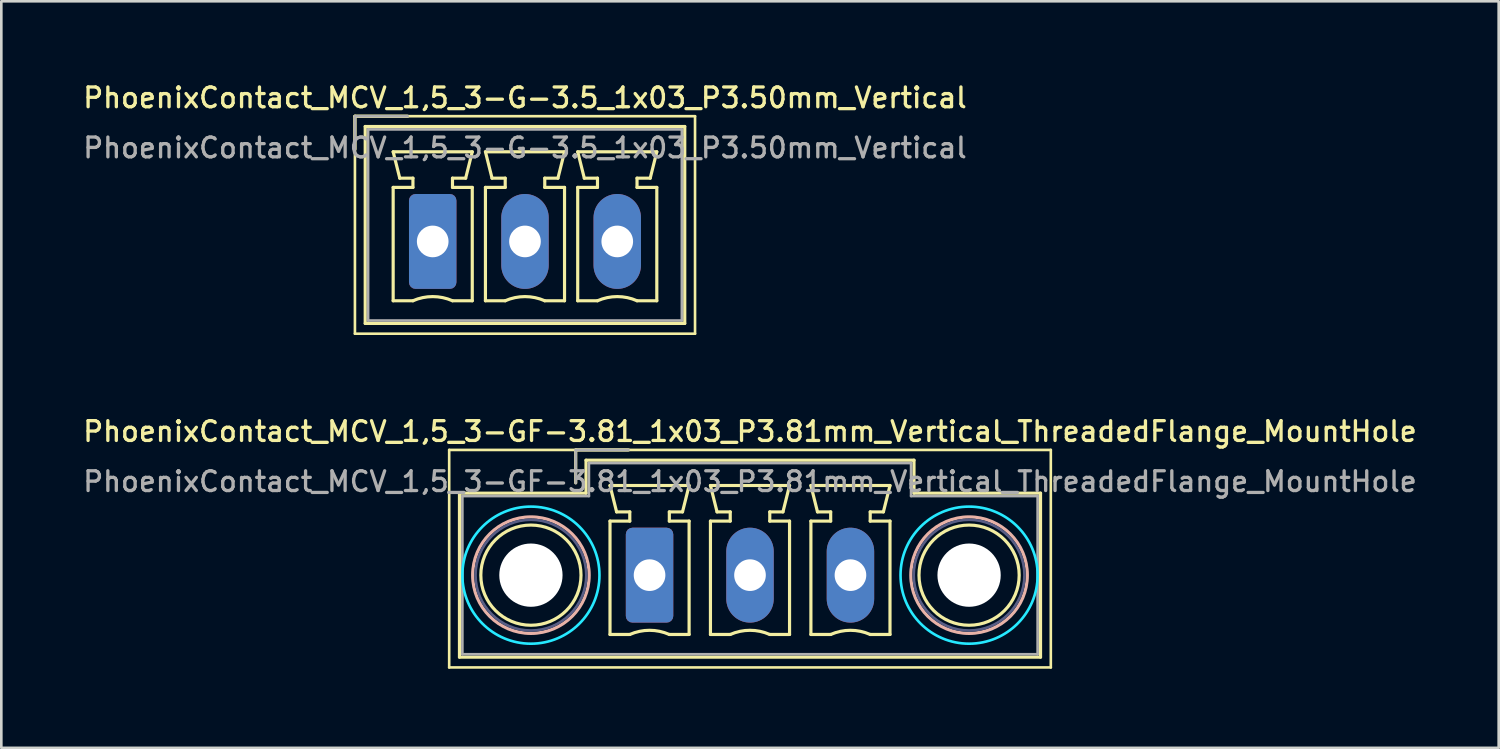
<source format=kicad_pcb>
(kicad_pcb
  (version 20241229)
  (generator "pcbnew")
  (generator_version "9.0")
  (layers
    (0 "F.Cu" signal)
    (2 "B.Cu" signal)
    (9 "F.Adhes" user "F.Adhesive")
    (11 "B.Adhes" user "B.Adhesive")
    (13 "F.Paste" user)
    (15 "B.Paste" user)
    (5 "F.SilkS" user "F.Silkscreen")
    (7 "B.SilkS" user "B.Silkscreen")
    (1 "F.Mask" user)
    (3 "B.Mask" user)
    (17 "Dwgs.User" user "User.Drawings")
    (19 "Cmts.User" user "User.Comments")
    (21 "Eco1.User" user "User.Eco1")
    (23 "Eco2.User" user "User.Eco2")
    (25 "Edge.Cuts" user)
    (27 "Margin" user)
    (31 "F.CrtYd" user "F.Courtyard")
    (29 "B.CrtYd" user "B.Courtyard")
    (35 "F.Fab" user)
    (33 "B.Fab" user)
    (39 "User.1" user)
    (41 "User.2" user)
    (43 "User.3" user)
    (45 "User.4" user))
  (footprint "PhoenixContact_MCV_1,5_3-G-3.5_1x03_P3.50mm_Vertical"
    (layer "F.Cu")
    (at 13.363 6.108)
    (property "Reference" "PhoenixContact_MCV_1,5_3-G-3.5_1x03_P3.50mm_Vertical" (at 3.5 -5.45 0) (layer "F.SilkS") (effects (font (size 0.75 0.75) (thickness 0.125))))
    (attr through_hole)
    (fp_line (start -2.95 -4.75) (end -2.95 3.5) (stroke (width 0.1) (type solid)) (layer "F.SilkS"))
    (fp_line (start -2.95 -4.75) (end -0.95 -4.75) (stroke (width 0.12) (type solid)) (layer "F.SilkS"))
    (fp_line (start -2.95 -3.5) (end -2.95 -4.75) (stroke (width 0.12) (type solid)) (layer "F.SilkS"))
    (fp_line (start -2.95 3.5) (end 9.95 3.5) (stroke (width 0.1) (type solid)) (layer "F.SilkS"))
    (fp_line (start -2.56 -4.36) (end -2.56 3.11) (stroke (width 0.12) (type solid)) (layer "F.SilkS"))
    (fp_line (start -2.56 3.11) (end 9.56 3.11) (stroke (width 0.12) (type solid)) (layer "F.SilkS"))
    (fp_line (start -1.5 -3.4) (end 1.5 -3.4) (stroke (width 0.12) (type solid)) (layer "F.SilkS"))
    (fp_line (start -1.5 -2.05) (end -0.75 -2.05) (stroke (width 0.12) (type solid)) (layer "F.SilkS"))
    (fp_line (start -1.5 2.25) (end -1.5 -2.05) (stroke (width 0.12) (type solid)) (layer "F.SilkS"))
    (fp_line (start -1.25 -2.4) (end -1.5 -3.4) (stroke (width 0.12) (type solid)) (layer "F.SilkS"))
    (fp_line (start -0.75 -2.4) (end -1.25 -2.4) (stroke (width 0.12) (type solid)) (layer "F.SilkS"))
    (fp_line (start -0.75 -2.05) (end -0.75 -2.4) (stroke (width 0.12) (type solid)) (layer "F.SilkS"))
    (fp_line (start -0.75 2.25) (end -1.5 2.25) (stroke (width 0.12) (type solid)) (layer "F.SilkS"))
    (fp_line (start 0.75 -2.4) (end 0.75 -2.05) (stroke (width 0.12) (type solid)) (layer "F.SilkS"))
    (fp_line (start 0.75 -2.05) (end 1.5 -2.05) (stroke (width 0.12) (type solid)) (layer "F.SilkS"))
    (fp_line (start 1.25 -2.4) (end 0.75 -2.4) (stroke (width 0.12) (type solid)) (layer "F.SilkS"))
    (fp_line (start 1.5 -3.4) (end 1.25 -2.4) (stroke (width 0.12) (type solid)) (layer "F.SilkS"))
    (fp_line (start 1.5 -2.05) (end 1.5 2.25) (stroke (width 0.12) (type solid)) (layer "F.SilkS"))
    (fp_line (start 1.5 2.25) (end 0.75 2.25) (stroke (width 0.12) (type solid)) (layer "F.SilkS"))
    (fp_line (start 2 -3.4) (end 5 -3.4) (stroke (width 0.12) (type solid)) (layer "F.SilkS"))
    (fp_line (start 2 -2.05) (end 2.75 -2.05) (stroke (width 0.12) (type solid)) (layer "F.SilkS"))
    (fp_line (start 2 2.25) (end 2 -2.05) (stroke (width 0.12) (type solid)) (layer "F.SilkS"))
    (fp_line (start 2.25 -2.4) (end 2 -3.4) (stroke (width 0.12) (type solid)) (layer "F.SilkS"))
    (fp_line (start 2.75 -2.4) (end 2.25 -2.4) (stroke (width 0.12) (type solid)) (layer "F.SilkS"))
    (fp_line (start 2.75 -2.05) (end 2.75 -2.4) (stroke (width 0.12) (type solid)) (layer "F.SilkS"))
    (fp_line (start 2.75 2.25) (end 2 2.25) (stroke (width 0.12) (type solid)) (layer "F.SilkS"))
    (fp_line (start 4.25 -2.4) (end 4.25 -2.05) (stroke (width 0.12) (type solid)) (layer "F.SilkS"))
    (fp_line (start 4.25 -2.05) (end 5 -2.05) (stroke (width 0.12) (type solid)) (layer "F.SilkS"))
    (fp_line (start 4.75 -2.4) (end 4.25 -2.4) (stroke (width 0.12) (type solid)) (layer "F.SilkS"))
    (fp_line (start 5 -3.4) (end 4.75 -2.4) (stroke (width 0.12) (type solid)) (layer "F.SilkS"))
    (fp_line (start 5 -2.05) (end 5 2.25) (stroke (width 0.12) (type solid)) (layer "F.SilkS"))
    (fp_line (start 5 2.25) (end 4.25 2.25) (stroke (width 0.12) (type solid)) (layer "F.SilkS"))
    (fp_line (start 5.5 -3.4) (end 8.5 -3.4) (stroke (width 0.12) (type solid)) (layer "F.SilkS"))
    (fp_line (start 5.5 -2.05) (end 6.25 -2.05) (stroke (width 0.12) (type solid)) (layer "F.SilkS"))
    (fp_line (start 5.5 2.25) (end 5.5 -2.05) (stroke (width 0.12) (type solid)) (layer "F.SilkS"))
    (fp_line (start 5.75 -2.4) (end 5.5 -3.4) (stroke (width 0.12) (type solid)) (layer "F.SilkS"))
    (fp_line (start 6.25 -2.4) (end 5.75 -2.4) (stroke (width 0.12) (type solid)) (layer "F.SilkS"))
    (fp_line (start 6.25 -2.05) (end 6.25 -2.4) (stroke (width 0.12) (type solid)) (layer "F.SilkS"))
    (fp_line (start 6.25 2.25) (end 5.5 2.25) (stroke (width 0.12) (type solid)) (layer "F.SilkS"))
    (fp_line (start 7.75 -2.4) (end 7.75 -2.05) (stroke (width 0.12) (type solid)) (layer "F.SilkS"))
    (fp_line (start 7.75 -2.05) (end 8.5 -2.05) (stroke (width 0.12) (type solid)) (layer "F.SilkS"))
    (fp_line (start 8.25 -2.4) (end 7.75 -2.4) (stroke (width 0.12) (type solid)) (layer "F.SilkS"))
    (fp_line (start 8.5 -3.4) (end 8.25 -2.4) (stroke (width 0.12) (type solid)) (layer "F.SilkS"))
    (fp_line (start 8.5 -2.05) (end 8.5 2.25) (stroke (width 0.12) (type solid)) (layer "F.SilkS"))
    (fp_line (start 8.5 2.25) (end 7.75 2.25) (stroke (width 0.12) (type solid)) (layer "F.SilkS"))
    (fp_line (start 9.56 -4.36) (end -2.56 -4.36) (stroke (width 0.12) (type solid)) (layer "F.SilkS"))
    (fp_line (start 9.56 3.11) (end 9.56 -4.36) (stroke (width 0.12) (type solid)) (layer "F.SilkS"))
    (fp_line (start 9.95 -4.75) (end -2.95 -4.75) (stroke (width 0.1) (type solid)) (layer "F.SilkS"))
    (fp_line (start 9.95 3.5) (end 9.95 -4.75) (stroke (width 0.1) (type solid)) (layer "F.SilkS"))
    (fp_arc (start -0.75 2.25) (mid -0.000193 2.09191) (end 0.749647 2.249844) (stroke (width 0.12) (type solid)) (layer "F.SilkS"))
    (fp_arc (start 2.75 2.25) (mid 3.499807 2.09191) (end 4.249647 2.249844) (stroke (width 0.12) (type solid)) (layer "F.SilkS"))
    (fp_arc (start 6.25 2.25) (mid 6.999807 2.09191) (end 7.749647 2.249844) (stroke (width 0.12) (type solid)) (layer "F.SilkS"))
    (fp_line (start -2.95 -4.75) (end -0.95 -4.75) (stroke (width 0.1) (type solid)) (layer "F.Fab"))
    (fp_line (start -2.95 -3.5) (end -2.95 -4.75) (stroke (width 0.1) (type solid)) (layer "F.Fab"))
    (fp_line (start -2.45 -4.25) (end -2.45 3) (stroke (width 0.1) (type solid)) (layer "F.Fab"))
    (fp_line (start -2.45 3) (end 9.45 3) (stroke (width 0.1) (type solid)) (layer "F.Fab"))
    (fp_line (start 9.45 -4.25) (end -2.45 -4.25) (stroke (width 0.1) (type solid)) (layer "F.Fab"))
    (fp_line (start 9.45 3) (end 9.45 -4.25) (stroke (width 0.1) (type solid)) (layer "F.Fab"))
    (fp_text user "${REFERENCE}" (at 3.5 -3.55 0) (layer "F.Fab") (effects (font (size 0.75 0.75) (thickness 0.125))))
    (pad "1" thru_hole roundrect (at 0 0) (size 1.8 3.6) (drill 1.2) (layers "*.Cu" "*.Mask") (roundrect_rratio 0.139))
    (pad "2" thru_hole oval (at 3.5 0) (size 1.8 3.6) (drill 1.2) (layers "*.Cu" "*.Mask"))
    (pad "3" thru_hole oval (at 7 0) (size 1.8 3.6) (drill 1.2) (layers "*.Cu" "*.Mask")))
  (footprint "PhoenixContact_MCV_1,5_3-GF-3.81_1x03_P3.81mm_Vertical_ThreadedFlange_MountHole"
    (layer "F.Cu")
    (at 21.588 18.766)
    (property "Reference" "PhoenixContact_MCV_1,5_3-GF-3.81_1x03_P3.81mm_Vertical_ThreadedFlange_MountHole" (at 3.81 -5.45 0) (layer "F.SilkS") (effects (font (size 0.75 0.75) (thickness 0.125))))
    (attr through_hole)
    (fp_line (start -7.6 -4.75) (end -7.6 3.5) (stroke (width 0.1) (type solid)) (layer "F.SilkS"))
    (fp_line (start -7.6 3.5) (end 15.22 3.5) (stroke (width 0.1) (type solid)) (layer "F.SilkS"))
    (fp_line (start -7.21 -3.11) (end -7.21 3.11) (stroke (width 0.12) (type solid)) (layer "F.SilkS"))
    (fp_line (start -7.21 3.11) (end 14.83 3.11) (stroke (width 0.12) (type solid)) (layer "F.SilkS"))
    (fp_line (start -2.8 -4.75) (end -0.8 -4.75) (stroke (width 0.12) (type solid)) (layer "F.SilkS"))
    (fp_line (start -2.8 -3.5) (end -2.8 -4.75) (stroke (width 0.12) (type solid)) (layer "F.SilkS"))
    (fp_line (start -2.41 -4.36) (end -2.41 -3.11) (stroke (width 0.12) (type solid)) (layer "F.SilkS"))
    (fp_line (start -2.41 -3.11) (end -7.21 -3.11) (stroke (width 0.12) (type solid)) (layer "F.SilkS"))
    (fp_line (start -1.5 -3.4) (end 1.5 -3.4) (stroke (width 0.12) (type solid)) (layer "F.SilkS"))
    (fp_line (start -1.5 -2.05) (end -0.75 -2.05) (stroke (width 0.12) (type solid)) (layer "F.SilkS"))
    (fp_line (start -1.5 2.25) (end -1.5 -2.05) (stroke (width 0.12) (type solid)) (layer "F.SilkS"))
    (fp_line (start -1.25 -2.4) (end -1.5 -3.4) (stroke (width 0.12) (type solid)) (layer "F.SilkS"))
    (fp_line (start -0.75 -2.4) (end -1.25 -2.4) (stroke (width 0.12) (type solid)) (layer "F.SilkS"))
    (fp_line (start -0.75 -2.05) (end -0.75 -2.4) (stroke (width 0.12) (type solid)) (layer "F.SilkS"))
    (fp_line (start -0.75 2.25) (end -1.5 2.25) (stroke (width 0.12) (type solid)) (layer "F.SilkS"))
    (fp_line (start 0.75 -2.4) (end 0.75 -2.05) (stroke (width 0.12) (type solid)) (layer "F.SilkS"))
    (fp_line (start 0.75 -2.05) (end 1.5 -2.05) (stroke (width 0.12) (type solid)) (layer "F.SilkS"))
    (fp_line (start 1.25 -2.4) (end 0.75 -2.4) (stroke (width 0.12) (type solid)) (layer "F.SilkS"))
    (fp_line (start 1.5 -3.4) (end 1.25 -2.4) (stroke (width 0.12) (type solid)) (layer "F.SilkS"))
    (fp_line (start 1.5 -2.05) (end 1.5 2.25) (stroke (width 0.12) (type solid)) (layer "F.SilkS"))
    (fp_line (start 1.5 2.25) (end 0.75 2.25) (stroke (width 0.12) (type solid)) (layer "F.SilkS"))
    (fp_line (start 2.31 -3.4) (end 5.31 -3.4) (stroke (width 0.12) (type solid)) (layer "F.SilkS"))
    (fp_line (start 2.31 -2.05) (end 3.06 -2.05) (stroke (width 0.12) (type solid)) (layer "F.SilkS"))
    (fp_line (start 2.31 2.25) (end 2.31 -2.05) (stroke (width 0.12) (type solid)) (layer "F.SilkS"))
    (fp_line (start 2.56 -2.4) (end 2.31 -3.4) (stroke (width 0.12) (type solid)) (layer "F.SilkS"))
    (fp_line (start 3.06 -2.4) (end 2.56 -2.4) (stroke (width 0.12) (type solid)) (layer "F.SilkS"))
    (fp_line (start 3.06 -2.05) (end 3.06 -2.4) (stroke (width 0.12) (type solid)) (layer "F.SilkS"))
    (fp_line (start 3.06 2.25) (end 2.31 2.25) (stroke (width 0.12) (type solid)) (layer "F.SilkS"))
    (fp_line (start 4.56 -2.4) (end 4.56 -2.05) (stroke (width 0.12) (type solid)) (layer "F.SilkS"))
    (fp_line (start 4.56 -2.05) (end 5.31 -2.05) (stroke (width 0.12) (type solid)) (layer "F.SilkS"))
    (fp_line (start 5.06 -2.4) (end 4.56 -2.4) (stroke (width 0.12) (type solid)) (layer "F.SilkS"))
    (fp_line (start 5.31 -3.4) (end 5.06 -2.4) (stroke (width 0.12) (type solid)) (layer "F.SilkS"))
    (fp_line (start 5.31 -2.05) (end 5.31 2.25) (stroke (width 0.12) (type solid)) (layer "F.SilkS"))
    (fp_line (start 5.31 2.25) (end 4.56 2.25) (stroke (width 0.12) (type solid)) (layer "F.SilkS"))
    (fp_line (start 6.12 -3.4) (end 9.12 -3.4) (stroke (width 0.12) (type solid)) (layer "F.SilkS"))
    (fp_line (start 6.12 -2.05) (end 6.87 -2.05) (stroke (width 0.12) (type solid)) (layer "F.SilkS"))
    (fp_line (start 6.12 2.25) (end 6.12 -2.05) (stroke (width 0.12) (type solid)) (layer "F.SilkS"))
    (fp_line (start 6.37 -2.4) (end 6.12 -3.4) (stroke (width 0.12) (type solid)) (layer "F.SilkS"))
    (fp_line (start 6.87 -2.4) (end 6.37 -2.4) (stroke (width 0.12) (type solid)) (layer "F.SilkS"))
    (fp_line (start 6.87 -2.05) (end 6.87 -2.4) (stroke (width 0.12) (type solid)) (layer "F.SilkS"))
    (fp_line (start 6.87 2.25) (end 6.12 2.25) (stroke (width 0.12) (type solid)) (layer "F.SilkS"))
    (fp_line (start 8.37 -2.4) (end 8.37 -2.05) (stroke (width 0.12) (type solid)) (layer "F.SilkS"))
    (fp_line (start 8.37 -2.05) (end 9.12 -2.05) (stroke (width 0.12) (type solid)) (layer "F.SilkS"))
    (fp_line (start 8.87 -2.4) (end 8.37 -2.4) (stroke (width 0.12) (type solid)) (layer "F.SilkS"))
    (fp_line (start 9.12 -3.4) (end 8.87 -2.4) (stroke (width 0.12) (type solid)) (layer "F.SilkS"))
    (fp_line (start 9.12 -2.05) (end 9.12 2.25) (stroke (width 0.12) (type solid)) (layer "F.SilkS"))
    (fp_line (start 9.12 2.25) (end 8.37 2.25) (stroke (width 0.12) (type solid)) (layer "F.SilkS"))
    (fp_line (start 10.03 -4.36) (end -2.41 -4.36) (stroke (width 0.12) (type solid)) (layer "F.SilkS"))
    (fp_line (start 10.03 -3.11) (end 10.03 -4.36) (stroke (width 0.12) (type solid)) (layer "F.SilkS"))
    (fp_line (start 14.83 -3.11) (end 10.03 -3.11) (stroke (width 0.12) (type solid)) (layer "F.SilkS"))
    (fp_line (start 14.83 3.11) (end 14.83 -3.11) (stroke (width 0.12) (type solid)) (layer "F.SilkS"))
    (fp_line (start 15.22 -4.75) (end -7.6 -4.75) (stroke (width 0.1) (type solid)) (layer "F.SilkS"))
    (fp_line (start 15.22 3.5) (end 15.22 -4.75) (stroke (width 0.1) (type solid)) (layer "F.SilkS"))
    (fp_arc (start -0.75 2.25) (mid -0.000193 2.09191) (end 0.749647 2.249844) (stroke (width 0.12) (type solid)) (layer "F.SilkS"))
    (fp_arc (start 3.06 2.25) (mid 3.809807 2.09191) (end 4.559647 2.249844) (stroke (width 0.12) (type solid)) (layer "F.SilkS"))
    (fp_arc (start 6.87 2.25) (mid 7.619807 2.09191) (end 8.369647 2.249844) (stroke (width 0.12) (type solid)) (layer "F.SilkS"))
    (fp_circle (center -4.5 0) (end -2.6 0) (stroke (width 0.12) (type solid)) (fill no) (layer "F.SilkS"))
    (fp_circle (center 12.12 0) (end 14.02 0) (stroke (width 0.12) (type solid)) (fill no) (layer "F.SilkS"))
    (fp_circle (center -4.5 0) (end -2.29 0) (stroke (width 0.12) (type solid)) (fill no) (layer "B.SilkS"))
    (fp_circle (center 12.12 0) (end 14.33 0) (stroke (width 0.12) (type solid)) (fill no) (layer "B.SilkS"))
    (fp_circle (center -4.5 0) (end -1.9 0) (stroke (width 0.1) (type solid)) (fill no) (layer "B.CrtYd"))
    (fp_circle (center 12.12 0) (end 14.72 0) (stroke (width 0.1) (type solid)) (fill no) (layer "B.CrtYd"))
    (fp_circle (center -4.5 0) (end -2.4 0) (stroke (width 0.1) (type solid)) (fill no) (layer "B.Fab"))
    (fp_circle (center 12.12 0) (end 14.22 0) (stroke (width 0.1) (type solid)) (fill no) (layer "B.Fab"))
    (fp_line (start -7.1 -3) (end -7.1 3) (stroke (width 0.1) (type solid)) (layer "F.Fab"))
    (fp_line (start -7.1 3) (end 14.72 3) (stroke (width 0.1) (type solid)) (layer "F.Fab"))
    (fp_line (start -2.8 -4.75) (end -0.8 -4.75) (stroke (width 0.1) (type solid)) (layer "F.Fab"))
    (fp_line (start -2.8 -3.5) (end -2.8 -4.75) (stroke (width 0.1) (type solid)) (layer "F.Fab"))
    (fp_line (start -2.3 -4.25) (end -2.3 -3) (stroke (width 0.1) (type solid)) (layer "F.Fab"))
    (fp_line (start -2.3 -3) (end -7.1 -3) (stroke (width 0.1) (type solid)) (layer "F.Fab"))
    (fp_line (start 9.92 -4.25) (end -2.3 -4.25) (stroke (width 0.1) (type solid)) (layer "F.Fab"))
    (fp_line (start 9.92 -3) (end 9.92 -4.25) (stroke (width 0.1) (type solid)) (layer "F.Fab"))
    (fp_line (start 14.72 -3) (end 9.92 -3) (stroke (width 0.1) (type solid)) (layer "F.Fab"))
    (fp_line (start 14.72 3) (end 14.72 -3) (stroke (width 0.1) (type solid)) (layer "F.Fab"))
    (fp_text user "${REFERENCE}" (at 3.81 -3.55 0) (layer "F.Fab") (effects (font (size 0.75 0.75) (thickness 0.125))))
    (pad "" np_thru_hole circle (at -4.5 0) (size 2.4 2.4) (drill 2.4) (layers "*.Cu" "*.Mask"))
    (pad "" np_thru_hole circle (at 12.12 0) (size 2.4 2.4) (drill 2.4) (layers "*.Cu" "*.Mask"))
    (pad "1" thru_hole roundrect (at 0 0) (size 1.8 3.6) (drill 1.2) (layers "*.Cu" "*.Mask") (roundrect_rratio 0.139))
    (pad "2" thru_hole oval (at 3.81 0) (size 1.8 3.6) (drill 1.2) (layers "*.Cu" "*.Mask"))
    (pad "3" thru_hole oval (at 7.62 0) (size 1.8 3.6) (drill 1.2) (layers "*.Cu" "*.Mask")))
  (gr_rect
    (start -3 -3)
    (end 53.796 25.316)
    (stroke (width 0.1) (type default))
    (fill no)
    (layer "Edge.Cuts")))
</source>
